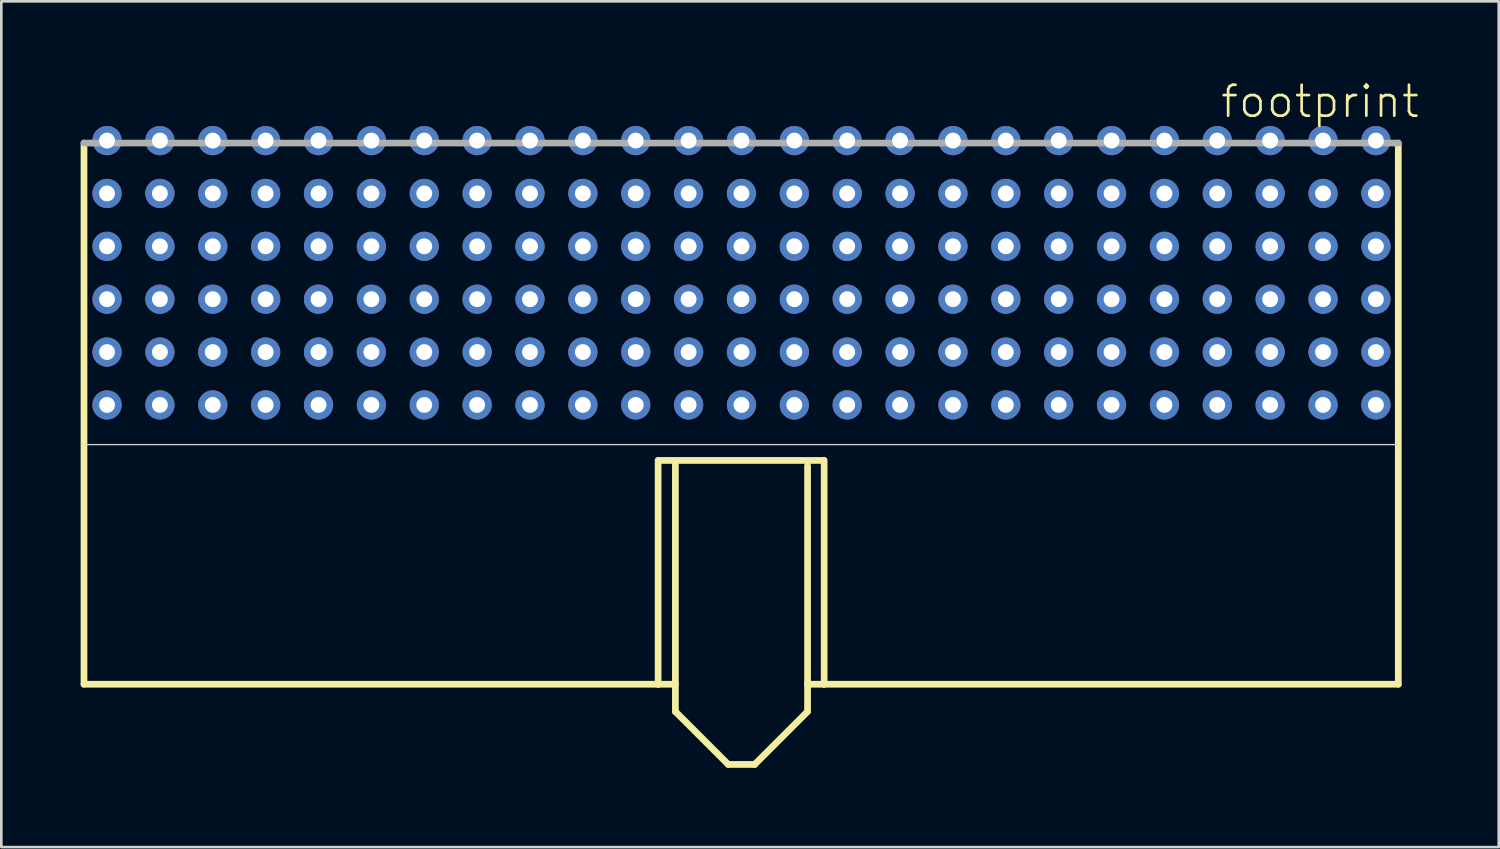
<source format=kicad_pcb>
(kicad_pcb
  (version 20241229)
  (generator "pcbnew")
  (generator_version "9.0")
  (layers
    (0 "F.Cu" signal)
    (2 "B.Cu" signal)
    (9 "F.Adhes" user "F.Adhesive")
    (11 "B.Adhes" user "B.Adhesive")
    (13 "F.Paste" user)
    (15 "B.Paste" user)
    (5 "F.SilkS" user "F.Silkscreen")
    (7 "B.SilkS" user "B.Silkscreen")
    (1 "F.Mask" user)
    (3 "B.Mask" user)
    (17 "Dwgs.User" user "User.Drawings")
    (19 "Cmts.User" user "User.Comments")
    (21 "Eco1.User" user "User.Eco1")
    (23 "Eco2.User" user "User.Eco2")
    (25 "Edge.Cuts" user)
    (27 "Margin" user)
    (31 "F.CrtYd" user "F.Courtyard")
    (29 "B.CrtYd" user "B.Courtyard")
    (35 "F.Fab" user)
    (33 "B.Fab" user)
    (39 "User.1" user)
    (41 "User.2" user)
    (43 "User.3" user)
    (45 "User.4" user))
  (footprint "footprint"
    (layer "F.Cu")
    (at 24.999 13.538)
    (property "Reference" "footprint" (at 18.065 -12.065 0) (layer "F.SilkS") (effects (font (size 1.168 1.168) (thickness 0.102)) (justify left bottom)))
    (fp_line (start -24.872 -11.176) (end -24.872 9.296) (stroke (width 0.254) (type solid)) (layer "F.SilkS"))
    (fp_line (start -24.872 9.296) (end -3.153 9.296) (stroke (width 0.254) (type solid)) (layer "F.SilkS"))
    (fp_line (start -3.153 9.296) (end -3.153 0.824) (stroke (width 0.254) (type solid)) (layer "F.SilkS"))
    (fp_line (start -3.153 9.296) (end -2.5 9.296) (stroke (width 0.254) (type solid)) (layer "F.SilkS"))
    (fp_line (start -3.1 0.83) (end 3.1 0.83) (stroke (width 0.254) (type solid)) (layer "F.SilkS"))
    (fp_line (start -2.5 9.296) (end -2.5 0.93) (stroke (width 0.254) (type solid)) (layer "F.SilkS"))
    (fp_line (start -2.5 10.33) (end -2.5 9.296) (stroke (width 0.254) (type solid)) (layer "F.SilkS"))
    (fp_line (start -2.5 10.33) (end -0.5 12.33) (stroke (width 0.254) (type solid)) (layer "F.SilkS"))
    (fp_line (start -0.5 12.33) (end 0.5 12.33) (stroke (width 0.254) (type solid)) (layer "F.SilkS"))
    (fp_line (start 0.5 12.33) (end 2.5 10.33) (stroke (width 0.254) (type solid)) (layer "F.SilkS"))
    (fp_line (start 2.5 9.296) (end 2.5 1.03) (stroke (width 0.254) (type solid)) (layer "F.SilkS"))
    (fp_line (start 2.5 9.296) (end 3.128 9.296) (stroke (width 0.254) (type solid)) (layer "F.SilkS"))
    (fp_line (start 2.5 10.33) (end 2.5 9.296) (stroke (width 0.254) (type solid)) (layer "F.SilkS"))
    (fp_line (start 3.128 0.824) (end 3.128 9.296) (stroke (width 0.254) (type solid)) (layer "F.SilkS"))
    (fp_line (start 3.128 9.296) (end 24.847 9.296) (stroke (width 0.254) (type solid)) (layer "F.SilkS"))
    (fp_line (start 24.847 9.296) (end 24.847 -11.176) (stroke (width 0.254) (type solid)) (layer "F.SilkS"))
    (fp_line (start -24.789 0.23) (end 24.789 0.23) (stroke (width 0.051) (type solid)) (layer "Edge.Cuts"))
    (fp_line (start 24.847 -11.176) (end -24.872 -11.176) (stroke (width 0.254) (type solid)) (layer "F.Fab"))
    (pad "A1" thru_hole circle (at 24 -1.27) (size 1.108 1.108) (drill 0.6) (layers "*.Cu" "*.Mask"))
    (pad "A2" thru_hole circle (at 22 -1.27) (size 1.108 1.108) (drill 0.6) (layers "*.Cu" "*.Mask"))
    (pad "A3" thru_hole circle (at 20 -1.27) (size 1.108 1.108) (drill 0.6) (layers "*.Cu" "*.Mask"))
    (pad "A4" thru_hole circle (at 18 -1.27) (size 1.108 1.108) (drill 0.6) (layers "*.Cu" "*.Mask"))
    (pad "A5" thru_hole circle (at 16 -1.27) (size 1.108 1.108) (drill 0.6) (layers "*.Cu" "*.Mask"))
    (pad "A6" thru_hole circle (at 14 -1.27) (size 1.108 1.108) (drill 0.6) (layers "*.Cu" "*.Mask"))
    (pad "A7" thru_hole circle (at 12 -1.27) (size 1.108 1.108) (drill 0.6) (layers "*.Cu" "*.Mask"))
    (pad "A8" thru_hole circle (at 10 -1.27) (size 1.108 1.108) (drill 0.6) (layers "*.Cu" "*.Mask"))
    (pad "A9" thru_hole circle (at 8 -1.27) (size 1.108 1.108) (drill 0.6) (layers "*.Cu" "*.Mask"))
    (pad "A10" thru_hole circle (at 6 -1.27) (size 1.108 1.108) (drill 0.6) (layers "*.Cu" "*.Mask"))
    (pad "A11" thru_hole circle (at 4 -1.27) (size 1.108 1.108) (drill 0.6) (layers "*.Cu" "*.Mask"))
    (pad "A12" thru_hole circle (at 2 -1.27) (size 1.108 1.108) (drill 0.6) (layers "*.Cu" "*.Mask"))
    (pad "A13" thru_hole circle (at 0 -1.27) (size 1.108 1.108) (drill 0.6) (layers "*.Cu" "*.Mask"))
    (pad "A14" thru_hole circle (at -2 -1.27) (size 1.108 1.108) (drill 0.6) (layers "*.Cu" "*.Mask"))
    (pad "A15" thru_hole circle (at -4 -1.27) (size 1.108 1.108) (drill 0.6) (layers "*.Cu" "*.Mask"))
    (pad "A16" thru_hole circle (at -6 -1.27) (size 1.108 1.108) (drill 0.6) (layers "*.Cu" "*.Mask"))
    (pad "A17" thru_hole circle (at -8 -1.27) (size 1.108 1.108) (drill 0.6) (layers "*.Cu" "*.Mask"))
    (pad "A18" thru_hole circle (at -10 -1.27) (size 1.108 1.108) (drill 0.6) (layers "*.Cu" "*.Mask"))
    (pad "A19" thru_hole circle (at -12 -1.27) (size 1.108 1.108) (drill 0.6) (layers "*.Cu" "*.Mask"))
    (pad "A20" thru_hole circle (at -14 -1.27) (size 1.108 1.108) (drill 0.6) (layers "*.Cu" "*.Mask"))
    (pad "A21" thru_hole circle (at -16 -1.27) (size 1.108 1.108) (drill 0.6) (layers "*.Cu" "*.Mask"))
    (pad "A22" thru_hole circle (at -18 -1.27) (size 1.108 1.108) (drill 0.6) (layers "*.Cu" "*.Mask"))
    (pad "A23" thru_hole circle (at -20 -1.27) (size 1.108 1.108) (drill 0.6) (layers "*.Cu" "*.Mask"))
    (pad "A24" thru_hole circle (at -22 -1.27) (size 1.108 1.108) (drill 0.6) (layers "*.Cu" "*.Mask"))
    (pad "A25" thru_hole circle (at -24 -1.27) (size 1.108 1.108) (drill 0.6) (layers "*.Cu" "*.Mask"))
    (pad "B1" thru_hole circle (at 24 -3.27) (size 1.108 1.108) (drill 0.6) (layers "*.Cu" "*.Mask"))
    (pad "B2" thru_hole circle (at 22 -3.27) (size 1.108 1.108) (drill 0.6) (layers "*.Cu" "*.Mask"))
    (pad "B3" thru_hole circle (at 20 -3.27) (size 1.108 1.108) (drill 0.6) (layers "*.Cu" "*.Mask"))
    (pad "B4" thru_hole circle (at 18 -3.27) (size 1.108 1.108) (drill 0.6) (layers "*.Cu" "*.Mask"))
    (pad "B5" thru_hole circle (at 16 -3.27) (size 1.108 1.108) (drill 0.6) (layers "*.Cu" "*.Mask"))
    (pad "B6" thru_hole circle (at 14 -3.27) (size 1.108 1.108) (drill 0.6) (layers "*.Cu" "*.Mask"))
    (pad "B7" thru_hole circle (at 12 -3.27) (size 1.108 1.108) (drill 0.6) (layers "*.Cu" "*.Mask"))
    (pad "B8" thru_hole circle (at 10 -3.27) (size 1.108 1.108) (drill 0.6) (layers "*.Cu" "*.Mask"))
    (pad "B9" thru_hole circle (at 8 -3.27) (size 1.108 1.108) (drill 0.6) (layers "*.Cu" "*.Mask"))
    (pad "B10" thru_hole circle (at 6 -3.27) (size 1.108 1.108) (drill 0.6) (layers "*.Cu" "*.Mask"))
    (pad "B11" thru_hole circle (at 4 -3.27) (size 1.108 1.108) (drill 0.6) (layers "*.Cu" "*.Mask"))
    (pad "B12" thru_hole circle (at 2 -3.27) (size 1.108 1.108) (drill 0.6) (layers "*.Cu" "*.Mask"))
    (pad "B13" thru_hole circle (at 0 -3.27) (size 1.108 1.108) (drill 0.6) (layers "*.Cu" "*.Mask"))
    (pad "B14" thru_hole circle (at -2 -3.27) (size 1.108 1.108) (drill 0.6) (layers "*.Cu" "*.Mask"))
    (pad "B15" thru_hole circle (at -4 -3.27) (size 1.108 1.108) (drill 0.6) (layers "*.Cu" "*.Mask"))
    (pad "B16" thru_hole circle (at -6 -3.27) (size 1.108 1.108) (drill 0.6) (layers "*.Cu" "*.Mask"))
    (pad "B17" thru_hole circle (at -8 -3.27) (size 1.108 1.108) (drill 0.6) (layers "*.Cu" "*.Mask"))
    (pad "B18" thru_hole circle (at -10 -3.27) (size 1.108 1.108) (drill 0.6) (layers "*.Cu" "*.Mask"))
    (pad "B19" thru_hole circle (at -12 -3.27) (size 1.108 1.108) (drill 0.6) (layers "*.Cu" "*.Mask"))
    (pad "B20" thru_hole circle (at -14 -3.27) (size 1.108 1.108) (drill 0.6) (layers "*.Cu" "*.Mask"))
    (pad "B21" thru_hole circle (at -16 -3.27) (size 1.108 1.108) (drill 0.6) (layers "*.Cu" "*.Mask"))
    (pad "B22" thru_hole circle (at -18 -3.27) (size 1.108 1.108) (drill 0.6) (layers "*.Cu" "*.Mask"))
    (pad "B23" thru_hole circle (at -20 -3.27) (size 1.108 1.108) (drill 0.6) (layers "*.Cu" "*.Mask"))
    (pad "B24" thru_hole circle (at -22 -3.27) (size 1.108 1.108) (drill 0.6) (layers "*.Cu" "*.Mask"))
    (pad "B25" thru_hole circle (at -24 -3.27) (size 1.108 1.108) (drill 0.6) (layers "*.Cu" "*.Mask"))
    (pad "C1" thru_hole circle (at 24 -5.27) (size 1.108 1.108) (drill 0.6) (layers "*.Cu" "*.Mask"))
    (pad "C2" thru_hole circle (at 22 -5.27) (size 1.108 1.108) (drill 0.6) (layers "*.Cu" "*.Mask"))
    (pad "C3" thru_hole circle (at 20 -5.27) (size 1.108 1.108) (drill 0.6) (layers "*.Cu" "*.Mask"))
    (pad "C4" thru_hole circle (at 18 -5.27) (size 1.108 1.108) (drill 0.6) (layers "*.Cu" "*.Mask"))
    (pad "C5" thru_hole circle (at 16 -5.27) (size 1.108 1.108) (drill 0.6) (layers "*.Cu" "*.Mask"))
    (pad "C6" thru_hole circle (at 14 -5.27) (size 1.108 1.108) (drill 0.6) (layers "*.Cu" "*.Mask"))
    (pad "C7" thru_hole circle (at 12 -5.27) (size 1.108 1.108) (drill 0.6) (layers "*.Cu" "*.Mask"))
    (pad "C8" thru_hole circle (at 10 -5.27) (size 1.108 1.108) (drill 0.6) (layers "*.Cu" "*.Mask"))
    (pad "C9" thru_hole circle (at 8 -5.27) (size 1.108 1.108) (drill 0.6) (layers "*.Cu" "*.Mask"))
    (pad "C10" thru_hole circle (at 6 -5.27) (size 1.108 1.108) (drill 0.6) (layers "*.Cu" "*.Mask"))
    (pad "C11" thru_hole circle (at 4 -5.27) (size 1.108 1.108) (drill 0.6) (layers "*.Cu" "*.Mask"))
    (pad "C12" thru_hole circle (at 2 -5.27) (size 1.108 1.108) (drill 0.6) (layers "*.Cu" "*.Mask"))
    (pad "C13" thru_hole circle (at 0 -5.27) (size 1.108 1.108) (drill 0.6) (layers "*.Cu" "*.Mask"))
    (pad "C14" thru_hole circle (at -2 -5.27) (size 1.108 1.108) (drill 0.6) (layers "*.Cu" "*.Mask"))
    (pad "C15" thru_hole circle (at -4 -5.27) (size 1.108 1.108) (drill 0.6) (layers "*.Cu" "*.Mask"))
    (pad "C16" thru_hole circle (at -6 -5.27) (size 1.108 1.108) (drill 0.6) (layers "*.Cu" "*.Mask"))
    (pad "C17" thru_hole circle (at -8 -5.27) (size 1.108 1.108) (drill 0.6) (layers "*.Cu" "*.Mask"))
    (pad "C18" thru_hole circle (at -10 -5.27) (size 1.108 1.108) (drill 0.6) (layers "*.Cu" "*.Mask"))
    (pad "C19" thru_hole circle (at -12 -5.27) (size 1.108 1.108) (drill 0.6) (layers "*.Cu" "*.Mask"))
    (pad "C20" thru_hole circle (at -14 -5.27) (size 1.108 1.108) (drill 0.6) (layers "*.Cu" "*.Mask"))
    (pad "C21" thru_hole circle (at -16 -5.27) (size 1.108 1.108) (drill 0.6) (layers "*.Cu" "*.Mask"))
    (pad "C22" thru_hole circle (at -18 -5.27) (size 1.108 1.108) (drill 0.6) (layers "*.Cu" "*.Mask"))
    (pad "C23" thru_hole circle (at -20 -5.27) (size 1.108 1.108) (drill 0.6) (layers "*.Cu" "*.Mask"))
    (pad "C24" thru_hole circle (at -22 -5.27) (size 1.108 1.108) (drill 0.6) (layers "*.Cu" "*.Mask"))
    (pad "C25" thru_hole circle (at -24 -5.27) (size 1.108 1.108) (drill 0.6) (layers "*.Cu" "*.Mask"))
    (pad "D1" thru_hole circle (at 24 -7.27) (size 1.108 1.108) (drill 0.6) (layers "*.Cu" "*.Mask"))
    (pad "D2" thru_hole circle (at 22 -7.27) (size 1.108 1.108) (drill 0.6) (layers "*.Cu" "*.Mask"))
    (pad "D3" thru_hole circle (at 20 -7.27) (size 1.108 1.108) (drill 0.6) (layers "*.Cu" "*.Mask"))
    (pad "D4" thru_hole circle (at 18 -7.27) (size 1.108 1.108) (drill 0.6) (layers "*.Cu" "*.Mask"))
    (pad "D5" thru_hole circle (at 16 -7.27) (size 1.108 1.108) (drill 0.6) (layers "*.Cu" "*.Mask"))
    (pad "D6" thru_hole circle (at 14 -7.27) (size 1.108 1.108) (drill 0.6) (layers "*.Cu" "*.Mask"))
    (pad "D7" thru_hole circle (at 12 -7.27) (size 1.108 1.108) (drill 0.6) (layers "*.Cu" "*.Mask"))
    (pad "D8" thru_hole circle (at 10 -7.27) (size 1.108 1.108) (drill 0.6) (layers "*.Cu" "*.Mask"))
    (pad "D9" thru_hole circle (at 8 -7.27) (size 1.108 1.108) (drill 0.6) (layers "*.Cu" "*.Mask"))
    (pad "D10" thru_hole circle (at 6 -7.27) (size 1.108 1.108) (drill 0.6) (layers "*.Cu" "*.Mask"))
    (pad "D11" thru_hole circle (at 4 -7.27) (size 1.108 1.108) (drill 0.6) (layers "*.Cu" "*.Mask"))
    (pad "D12" thru_hole circle (at 2 -7.27) (size 1.108 1.108) (drill 0.6) (layers "*.Cu" "*.Mask"))
    (pad "D13" thru_hole circle (at 0 -7.27) (size 1.108 1.108) (drill 0.6) (layers "*.Cu" "*.Mask"))
    (pad "D14" thru_hole circle (at -2 -7.27) (size 1.108 1.108) (drill 0.6) (layers "*.Cu" "*.Mask"))
    (pad "D15" thru_hole circle (at -4 -7.27) (size 1.108 1.108) (drill 0.6) (layers "*.Cu" "*.Mask"))
    (pad "D16" thru_hole circle (at -6 -7.27) (size 1.108 1.108) (drill 0.6) (layers "*.Cu" "*.Mask"))
    (pad "D17" thru_hole circle (at -8 -7.27) (size 1.108 1.108) (drill 0.6) (layers "*.Cu" "*.Mask"))
    (pad "D18" thru_hole circle (at -10 -7.27) (size 1.108 1.108) (drill 0.6) (layers "*.Cu" "*.Mask"))
    (pad "D19" thru_hole circle (at -12 -7.27) (size 1.108 1.108) (drill 0.6) (layers "*.Cu" "*.Mask"))
    (pad "D20" thru_hole circle (at -14 -7.27) (size 1.108 1.108) (drill 0.6) (layers "*.Cu" "*.Mask"))
    (pad "D21" thru_hole circle (at -16 -7.27) (size 1.108 1.108) (drill 0.6) (layers "*.Cu" "*.Mask"))
    (pad "D22" thru_hole circle (at -18 -7.27) (size 1.108 1.108) (drill 0.6) (layers "*.Cu" "*.Mask"))
    (pad "D23" thru_hole circle (at -20 -7.27) (size 1.108 1.108) (drill 0.6) (layers "*.Cu" "*.Mask"))
    (pad "D24" thru_hole circle (at -22 -7.27) (size 1.108 1.108) (drill 0.6) (layers "*.Cu" "*.Mask"))
    (pad "D25" thru_hole circle (at -24 -7.27) (size 1.108 1.108) (drill 0.6) (layers "*.Cu" "*.Mask"))
    (pad "E1" thru_hole circle (at 24 -9.27) (size 1.108 1.108) (drill 0.6) (layers "*.Cu" "*.Mask"))
    (pad "E2" thru_hole circle (at 22 -9.27) (size 1.108 1.108) (drill 0.6) (layers "*.Cu" "*.Mask"))
    (pad "E3" thru_hole circle (at 20 -9.27) (size 1.108 1.108) (drill 0.6) (layers "*.Cu" "*.Mask"))
    (pad "E4" thru_hole circle (at 18 -9.27) (size 1.108 1.108) (drill 0.6) (layers "*.Cu" "*.Mask"))
    (pad "E5" thru_hole circle (at 16 -9.27) (size 1.108 1.108) (drill 0.6) (layers "*.Cu" "*.Mask"))
    (pad "E6" thru_hole circle (at 14 -9.27) (size 1.108 1.108) (drill 0.6) (layers "*.Cu" "*.Mask"))
    (pad "E7" thru_hole circle (at 12 -9.27) (size 1.108 1.108) (drill 0.6) (layers "*.Cu" "*.Mask"))
    (pad "E8" thru_hole circle (at 10 -9.27) (size 1.108 1.108) (drill 0.6) (layers "*.Cu" "*.Mask"))
    (pad "E9" thru_hole circle (at 8 -9.27) (size 1.108 1.108) (drill 0.6) (layers "*.Cu" "*.Mask"))
    (pad "E10" thru_hole circle (at 6 -9.27) (size 1.108 1.108) (drill 0.6) (layers "*.Cu" "*.Mask"))
    (pad "E11" thru_hole circle (at 4 -9.27) (size 1.108 1.108) (drill 0.6) (layers "*.Cu" "*.Mask"))
    (pad "E12" thru_hole circle (at 2 -9.27) (size 1.108 1.108) (drill 0.6) (layers "*.Cu" "*.Mask"))
    (pad "E13" thru_hole circle (at 0 -9.27) (size 1.108 1.108) (drill 0.6) (layers "*.Cu" "*.Mask"))
    (pad "E14" thru_hole circle (at -2 -9.27) (size 1.108 1.108) (drill 0.6) (layers "*.Cu" "*.Mask"))
    (pad "E15" thru_hole circle (at -4 -9.27) (size 1.108 1.108) (drill 0.6) (layers "*.Cu" "*.Mask"))
    (pad "E16" thru_hole circle (at -6 -9.27) (size 1.108 1.108) (drill 0.6) (layers "*.Cu" "*.Mask"))
    (pad "E17" thru_hole circle (at -8 -9.27) (size 1.108 1.108) (drill 0.6) (layers "*.Cu" "*.Mask"))
    (pad "E18" thru_hole circle (at -10 -9.27) (size 1.108 1.108) (drill 0.6) (layers "*.Cu" "*.Mask"))
    (pad "E19" thru_hole circle (at -12 -9.27) (size 1.108 1.108) (drill 0.6) (layers "*.Cu" "*.Mask"))
    (pad "E20" thru_hole circle (at -14 -9.27) (size 1.108 1.108) (drill 0.6) (layers "*.Cu" "*.Mask"))
    (pad "E21" thru_hole circle (at -16 -9.27) (size 1.108 1.108) (drill 0.6) (layers "*.Cu" "*.Mask"))
    (pad "E22" thru_hole circle (at -18 -9.27) (size 1.108 1.108) (drill 0.6) (layers "*.Cu" "*.Mask"))
    (pad "E23" thru_hole circle (at -20 -9.27) (size 1.108 1.108) (drill 0.6) (layers "*.Cu" "*.Mask"))
    (pad "E24" thru_hole circle (at -22 -9.27) (size 1.108 1.108) (drill 0.6) (layers "*.Cu" "*.Mask"))
    (pad "E25" thru_hole circle (at -24 -9.27) (size 1.108 1.108) (drill 0.6) (layers "*.Cu" "*.Mask"))
    (pad "F1" thru_hole circle (at 24 -11.27) (size 1.108 1.108) (drill 0.6) (layers "*.Cu" "*.Mask"))
    (pad "F2" thru_hole circle (at 22 -11.27) (size 1.108 1.108) (drill 0.6) (layers "*.Cu" "*.Mask"))
    (pad "F3" thru_hole circle (at 20 -11.27) (size 1.108 1.108) (drill 0.6) (layers "*.Cu" "*.Mask"))
    (pad "F4" thru_hole circle (at 18 -11.27) (size 1.108 1.108) (drill 0.6) (layers "*.Cu" "*.Mask"))
    (pad "F5" thru_hole circle (at 16 -11.27) (size 1.108 1.108) (drill 0.6) (layers "*.Cu" "*.Mask"))
    (pad "F6" thru_hole circle (at 14 -11.27) (size 1.108 1.108) (drill 0.6) (layers "*.Cu" "*.Mask"))
    (pad "F7" thru_hole circle (at 12 -11.27) (size 1.108 1.108) (drill 0.6) (layers "*.Cu" "*.Mask"))
    (pad "F8" thru_hole circle (at 10 -11.27) (size 1.108 1.108) (drill 0.6) (layers "*.Cu" "*.Mask"))
    (pad "F9" thru_hole circle (at 8 -11.27) (size 1.108 1.108) (drill 0.6) (layers "*.Cu" "*.Mask"))
    (pad "F10" thru_hole circle (at 6 -11.27) (size 1.108 1.108) (drill 0.6) (layers "*.Cu" "*.Mask"))
    (pad "F11" thru_hole circle (at 4 -11.27) (size 1.108 1.108) (drill 0.6) (layers "*.Cu" "*.Mask"))
    (pad "F12" thru_hole circle (at 2 -11.27) (size 1.108 1.108) (drill 0.6) (layers "*.Cu" "*.Mask"))
    (pad "F13" thru_hole circle (at 0 -11.27) (size 1.108 1.108) (drill 0.6) (layers "*.Cu" "*.Mask"))
    (pad "F14" thru_hole circle (at -2 -11.27) (size 1.108 1.108) (drill 0.6) (layers "*.Cu" "*.Mask"))
    (pad "F15" thru_hole circle (at -4 -11.27) (size 1.108 1.108) (drill 0.6) (layers "*.Cu" "*.Mask"))
    (pad "F16" thru_hole circle (at -6 -11.27) (size 1.108 1.108) (drill 0.6) (layers "*.Cu" "*.Mask"))
    (pad "F17" thru_hole circle (at -8 -11.27) (size 1.108 1.108) (drill 0.6) (layers "*.Cu" "*.Mask"))
    (pad "F18" thru_hole circle (at -10 -11.27) (size 1.108 1.108) (drill 0.6) (layers "*.Cu" "*.Mask"))
    (pad "F19" thru_hole circle (at -12 -11.27) (size 1.108 1.108) (drill 0.6) (layers "*.Cu" "*.Mask"))
    (pad "F20" thru_hole circle (at -14 -11.27) (size 1.108 1.108) (drill 0.6) (layers "*.Cu" "*.Mask"))
    (pad "F21" thru_hole circle (at -16 -11.27) (size 1.108 1.108) (drill 0.6) (layers "*.Cu" "*.Mask"))
    (pad "F22" thru_hole circle (at -18 -11.27) (size 1.108 1.108) (drill 0.6) (layers "*.Cu" "*.Mask"))
    (pad "F23" thru_hole circle (at -20 -11.27) (size 1.108 1.108) (drill 0.6) (layers "*.Cu" "*.Mask"))
    (pad "F24" thru_hole circle (at -22 -11.27) (size 1.108 1.108) (drill 0.6) (layers "*.Cu" "*.Mask"))
    (pad "F25" thru_hole circle (at -24 -11.27) (size 1.108 1.108) (drill 0.6) (layers "*.Cu" "*.Mask")))
  (gr_rect
    (start -3 -3)
    (end 53.646 28.995)
    (stroke (width 0.1) (type default))
    (fill no)
    (layer "Edge.Cuts")))
</source>
